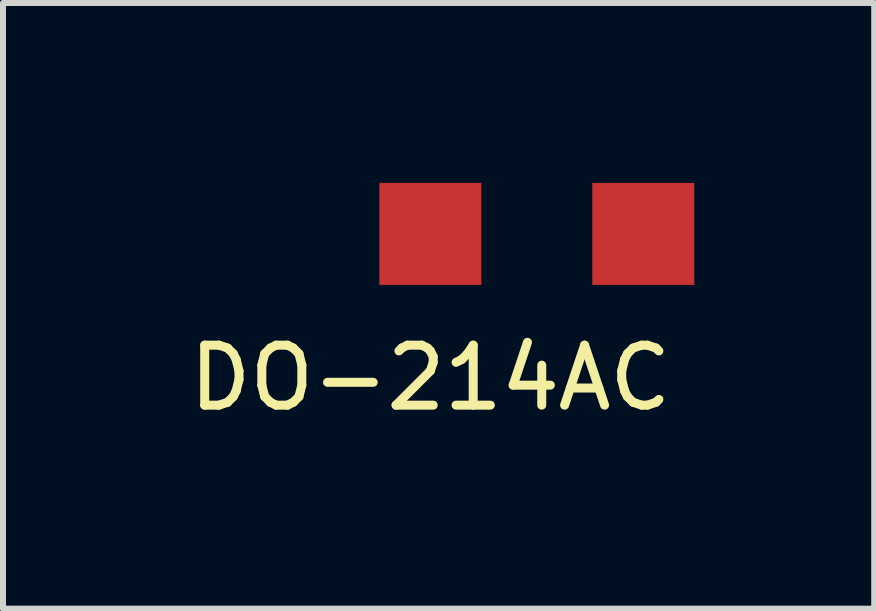
<source format=kicad_pcb>
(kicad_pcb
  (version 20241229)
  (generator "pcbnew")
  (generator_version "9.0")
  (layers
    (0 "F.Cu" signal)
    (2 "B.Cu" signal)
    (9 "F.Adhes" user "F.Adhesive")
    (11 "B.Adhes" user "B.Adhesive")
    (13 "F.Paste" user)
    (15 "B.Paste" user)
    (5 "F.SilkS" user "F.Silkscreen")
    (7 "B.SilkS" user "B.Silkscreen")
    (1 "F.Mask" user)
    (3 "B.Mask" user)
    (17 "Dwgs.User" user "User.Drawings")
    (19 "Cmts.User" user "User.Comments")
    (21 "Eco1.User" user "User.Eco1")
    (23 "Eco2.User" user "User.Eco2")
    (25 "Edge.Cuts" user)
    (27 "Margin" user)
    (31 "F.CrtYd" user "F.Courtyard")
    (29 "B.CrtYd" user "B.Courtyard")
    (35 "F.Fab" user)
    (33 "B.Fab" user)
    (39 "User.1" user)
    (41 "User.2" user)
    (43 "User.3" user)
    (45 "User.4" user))
  (footprint "DO-214AC"
    (layer "F.Cu")
    (at 4.125 0.85)
    (property "Reference" "DO-214AC" (at 0 2.4 0) (layer "F.SilkS") (effects (font (size 1 1) (thickness 0.15))))
    (attr through_hole)
    (pad "1" smd rect (at 0 0) (size 1.7 1.7) (layers "F.Cu" "F.Mask" "F.Paste"))
    (pad "2" smd rect (at 3.55 0) (size 1.7 1.7) (layers "F.Cu" "F.Mask" "F.Paste")))
  (gr_rect
    (start -3 -3)
    (end 11.525 7.098)
    (stroke (width 0.1) (type default))
    (fill no)
    (layer "Edge.Cuts")))
</source>
